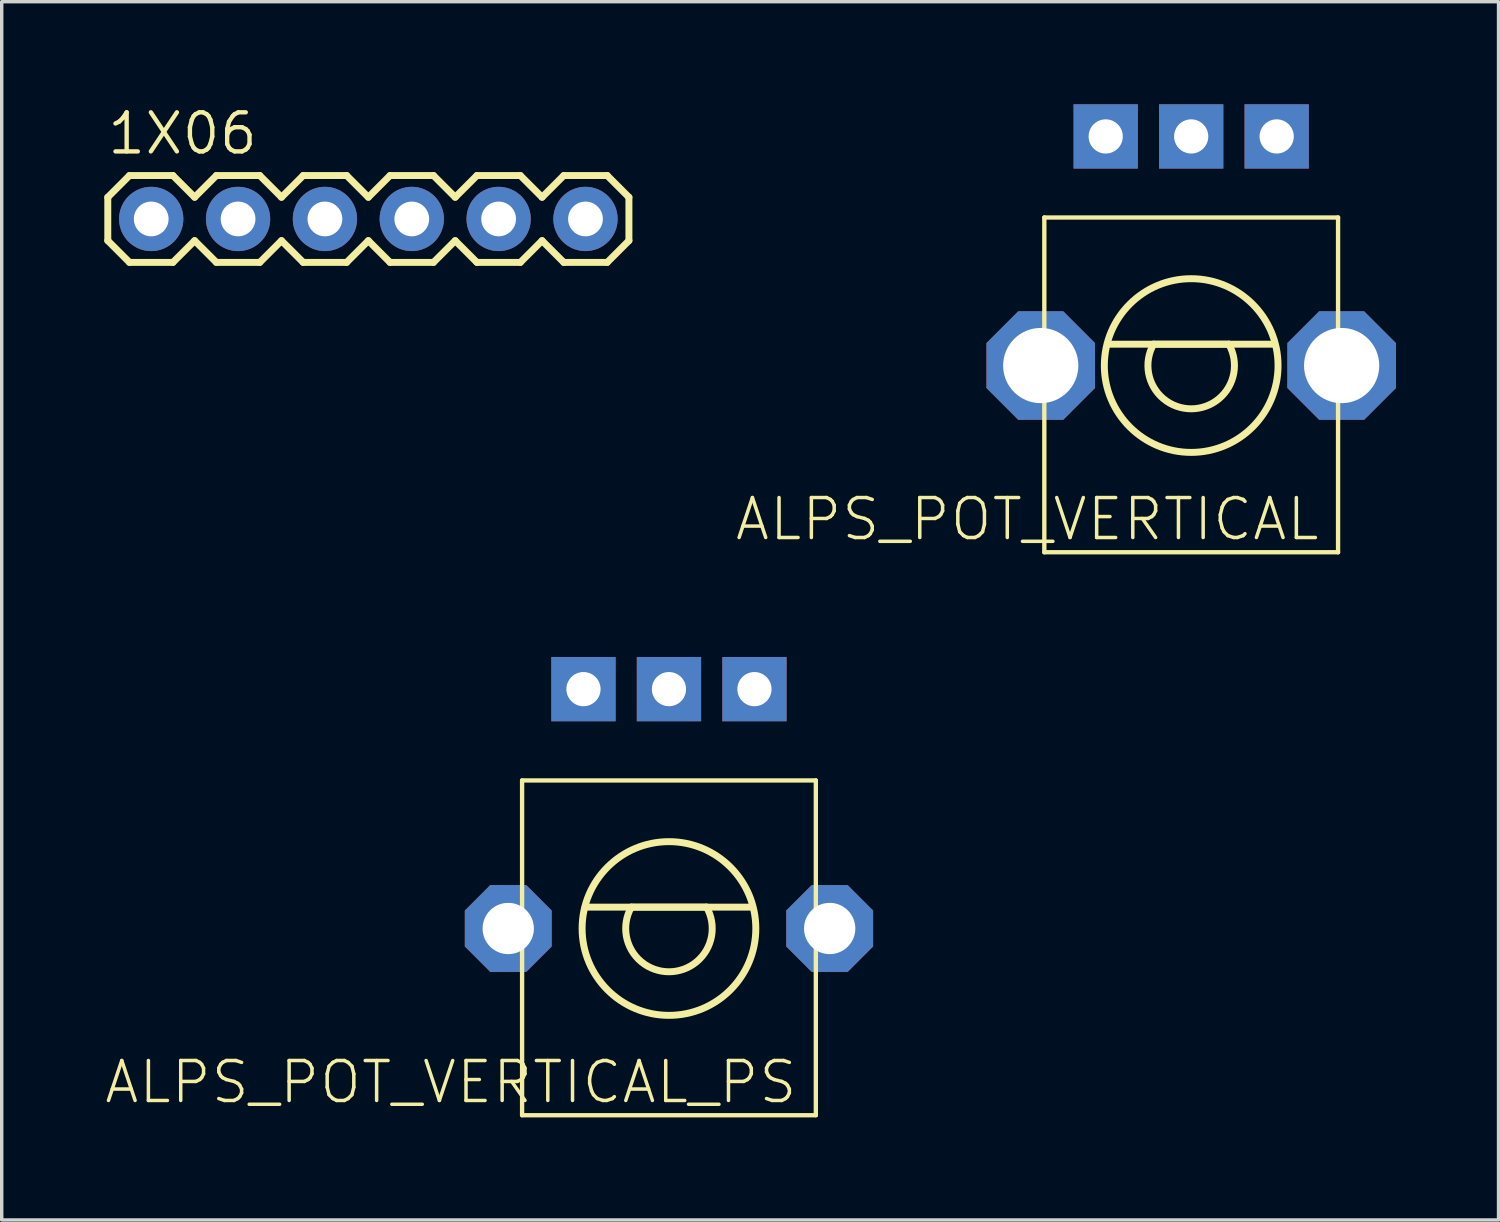
<source format=kicad_pcb>
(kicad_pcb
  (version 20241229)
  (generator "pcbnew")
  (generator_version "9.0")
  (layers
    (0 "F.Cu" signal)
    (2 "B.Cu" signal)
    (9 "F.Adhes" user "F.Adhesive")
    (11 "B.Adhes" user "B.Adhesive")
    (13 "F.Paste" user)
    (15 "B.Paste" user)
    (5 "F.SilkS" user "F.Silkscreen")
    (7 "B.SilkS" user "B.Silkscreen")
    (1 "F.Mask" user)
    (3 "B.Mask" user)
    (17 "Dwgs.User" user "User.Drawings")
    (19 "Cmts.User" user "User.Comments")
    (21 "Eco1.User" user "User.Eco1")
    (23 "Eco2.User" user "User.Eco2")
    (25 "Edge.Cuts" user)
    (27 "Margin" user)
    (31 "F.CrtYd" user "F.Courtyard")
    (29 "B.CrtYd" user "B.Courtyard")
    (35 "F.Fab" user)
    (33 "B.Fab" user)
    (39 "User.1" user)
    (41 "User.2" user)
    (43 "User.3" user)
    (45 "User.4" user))
  (footprint "1X06"
    (layer "F.Cu")
    (at 1.372 3.353)
    (property "Reference" "1X06" (at -1.346 -1.829 0) (layer "F.SilkS") (effects (font (size 1.143 1.143) (thickness 0.127)) (justify left bottom)))
    (fp_line (start -1.27 -0.635) (end -1.27 0.635) (stroke (width 0.203) (type solid)) (layer "F.SilkS"))
    (fp_line (start -1.27 0.635) (end -0.635 1.27) (stroke (width 0.203) (type solid)) (layer "F.SilkS"))
    (fp_line (start -0.635 -1.27) (end -1.27 -0.635) (stroke (width 0.203) (type solid)) (layer "F.SilkS"))
    (fp_line (start -0.635 -1.27) (end 0.635 -1.27) (stroke (width 0.203) (type solid)) (layer "F.SilkS"))
    (fp_line (start 0.635 -1.27) (end 1.27 -0.635) (stroke (width 0.203) (type solid)) (layer "F.SilkS"))
    (fp_line (start 0.635 1.27) (end -0.635 1.27) (stroke (width 0.203) (type solid)) (layer "F.SilkS"))
    (fp_line (start 1.27 -0.635) (end 1.905 -1.27) (stroke (width 0.203) (type solid)) (layer "F.SilkS"))
    (fp_line (start 1.27 0.635) (end 0.635 1.27) (stroke (width 0.203) (type solid)) (layer "F.SilkS"))
    (fp_line (start 1.905 -1.27) (end 3.175 -1.27) (stroke (width 0.203) (type solid)) (layer "F.SilkS"))
    (fp_line (start 1.905 1.27) (end 1.27 0.635) (stroke (width 0.203) (type solid)) (layer "F.SilkS"))
    (fp_line (start 3.175 -1.27) (end 3.81 -0.635) (stroke (width 0.203) (type solid)) (layer "F.SilkS"))
    (fp_line (start 3.175 1.27) (end 1.905 1.27) (stroke (width 0.203) (type solid)) (layer "F.SilkS"))
    (fp_line (start 3.81 -0.635) (end 4.445 -1.27) (stroke (width 0.203) (type solid)) (layer "F.SilkS"))
    (fp_line (start 3.81 0.635) (end 3.175 1.27) (stroke (width 0.203) (type solid)) (layer "F.SilkS"))
    (fp_line (start 4.445 -1.27) (end 5.715 -1.27) (stroke (width 0.203) (type solid)) (layer "F.SilkS"))
    (fp_line (start 4.445 1.27) (end 3.81 0.635) (stroke (width 0.203) (type solid)) (layer "F.SilkS"))
    (fp_line (start 5.715 -1.27) (end 6.35 -0.635) (stroke (width 0.203) (type solid)) (layer "F.SilkS"))
    (fp_line (start 5.715 1.27) (end 4.445 1.27) (stroke (width 0.203) (type solid)) (layer "F.SilkS"))
    (fp_line (start 6.35 0.635) (end 5.715 1.27) (stroke (width 0.203) (type solid)) (layer "F.SilkS"))
    (fp_line (start 6.35 0.635) (end 6.985 1.27) (stroke (width 0.203) (type solid)) (layer "F.SilkS"))
    (fp_line (start 6.985 -1.27) (end 6.35 -0.635) (stroke (width 0.203) (type solid)) (layer "F.SilkS"))
    (fp_line (start 6.985 -1.27) (end 8.255 -1.27) (stroke (width 0.203) (type solid)) (layer "F.SilkS"))
    (fp_line (start 8.255 -1.27) (end 8.89 -0.635) (stroke (width 0.203) (type solid)) (layer "F.SilkS"))
    (fp_line (start 8.255 1.27) (end 6.985 1.27) (stroke (width 0.203) (type solid)) (layer "F.SilkS"))
    (fp_line (start 8.89 -0.635) (end 9.525 -1.27) (stroke (width 0.203) (type solid)) (layer "F.SilkS"))
    (fp_line (start 8.89 0.635) (end 8.255 1.27) (stroke (width 0.203) (type solid)) (layer "F.SilkS"))
    (fp_line (start 9.525 -1.27) (end 10.795 -1.27) (stroke (width 0.203) (type solid)) (layer "F.SilkS"))
    (fp_line (start 9.525 1.27) (end 8.89 0.635) (stroke (width 0.203) (type solid)) (layer "F.SilkS"))
    (fp_line (start 10.795 -1.27) (end 11.43 -0.635) (stroke (width 0.203) (type solid)) (layer "F.SilkS"))
    (fp_line (start 10.795 1.27) (end 9.525 1.27) (stroke (width 0.203) (type solid)) (layer "F.SilkS"))
    (fp_line (start 11.43 -0.635) (end 12.065 -1.27) (stroke (width 0.203) (type solid)) (layer "F.SilkS"))
    (fp_line (start 11.43 0.635) (end 10.795 1.27) (stroke (width 0.203) (type solid)) (layer "F.SilkS"))
    (fp_line (start 12.065 -1.27) (end 13.335 -1.27) (stroke (width 0.203) (type solid)) (layer "F.SilkS"))
    (fp_line (start 12.065 1.27) (end 11.43 0.635) (stroke (width 0.203) (type solid)) (layer "F.SilkS"))
    (fp_line (start 13.335 -1.27) (end 13.97 -0.635) (stroke (width 0.203) (type solid)) (layer "F.SilkS"))
    (fp_line (start 13.335 1.27) (end 12.065 1.27) (stroke (width 0.203) (type solid)) (layer "F.SilkS"))
    (fp_line (start 13.97 -0.635) (end 13.97 0.635) (stroke (width 0.203) (type solid)) (layer "F.SilkS"))
    (fp_line (start 13.97 0.635) (end 13.335 1.27) (stroke (width 0.203) (type solid)) (layer "F.SilkS"))
    (fp_poly (pts (xy -0.254 0.254) (xy 0.254 0.254) (xy 0.254 -0.254) (xy -0.254 -0.254)) (stroke (width 0.1) (type solid)) (fill no) (layer "F.Fab"))
    (fp_poly (pts (xy 2.286 0.254) (xy 2.794 0.254) (xy 2.794 -0.254) (xy 2.286 -0.254)) (stroke (width 0.1) (type solid)) (fill no) (layer "F.Fab"))
    (fp_poly (pts (xy 4.826 0.254) (xy 5.334 0.254) (xy 5.334 -0.254) (xy 4.826 -0.254)) (stroke (width 0.1) (type solid)) (fill no) (layer "F.Fab"))
    (fp_poly (pts (xy 7.366 0.254) (xy 7.874 0.254) (xy 7.874 -0.254) (xy 7.366 -0.254)) (stroke (width 0.1) (type solid)) (fill no) (layer "F.Fab"))
    (fp_poly (pts (xy 9.906 0.254) (xy 10.414 0.254) (xy 10.414 -0.254) (xy 9.906 -0.254)) (stroke (width 0.1) (type solid)) (fill no) (layer "F.Fab"))
    (fp_poly (pts (xy 12.446 0.254) (xy 12.954 0.254) (xy 12.954 -0.254) (xy 12.446 -0.254)) (stroke (width 0.1) (type solid)) (fill no) (layer "F.Fab"))
    (pad "1" thru_hole circle (at 0 0 90) (size 1.88 1.88) (drill 1.016) (layers "*.Cu" "*.Mask"))
    (pad "2" thru_hole circle (at 2.54 0 90) (size 1.88 1.88) (drill 1.016) (layers "*.Cu" "*.Mask"))
    (pad "3" thru_hole circle (at 5.08 0 90) (size 1.88 1.88) (drill 1.016) (layers "*.Cu" "*.Mask"))
    (pad "4" thru_hole circle (at 7.62 0 90) (size 1.88 1.88) (drill 1.016) (layers "*.Cu" "*.Mask"))
    (pad "5" thru_hole circle (at 10.16 0 90) (size 1.88 1.88) (drill 1.016) (layers "*.Cu" "*.Mask"))
    (pad "6" thru_hole circle (at 12.7 0 90) (size 1.88 1.88) (drill 1.016) (layers "*.Cu" "*.Mask")))
  (footprint "ALPS_POT_VERTICAL_PS"
    (layer "F.Cu")
    (at 16.513 24.103)
    (property "Reference" "ALPS_POT_VERTICAL_PS" (at 3.81 3.81 0) (layer "F.SilkS") (effects (font (size 1.168 1.168) (thickness 0.102)) (justify right top)))
    (fp_line (start -4.295 -4.33) (end 4.295 -4.33) (stroke (width 0.127) (type solid)) (layer "F.SilkS"))
    (fp_line (start -4.295 5.46) (end -4.295 -4.33) (stroke (width 0.127) (type solid)) (layer "F.SilkS"))
    (fp_line (start -2.45 -0.625) (end 2.425 -0.625) (stroke (width 0.203) (type solid)) (layer "F.SilkS"))
    (fp_line (start -1.1 -0.625) (end 1.1 -0.625) (stroke (width 0.203) (type solid)) (layer "F.SilkS"))
    (fp_line (start 4.295 -4.33) (end 4.295 5.46) (stroke (width 0.127) (type solid)) (layer "F.SilkS"))
    (fp_line (start 4.295 5.46) (end -4.295 5.46) (stroke (width 0.127) (type solid)) (layer "F.SilkS"))
    (fp_arc (start 1.1 -0.625) (mid 0 1.265158) (end -1.1 -0.625) (stroke (width 0.2032) (type solid)) (layer "F.SilkS"))
    (fp_circle (center 0 0) (end 2.54 0) (stroke (width 0.203) (type solid)) (fill no) (layer "F.SilkS"))
    (pad "P$1" thru_hole rect (at -2.5 -7 270) (size 1.88 1.88) (drill 1) (layers "*.Cu" "*.Mask"))
    (pad "P$2" thru_hole rect (at 0 -7 270) (size 1.88 1.88) (drill 1) (layers "*.Cu" "*.Mask"))
    (pad "P$3" thru_hole rect (at 2.5 -7 270) (size 1.88 1.88) (drill 1) (layers "*.Cu" "*.Mask"))
    (pad "P$4" thru_hole roundrect (at -4.7 0 270) (size 2.54 2.54) (drill 1.5) (layers "*.Cu" "*.Mask") (roundrect_rratio 0.25) (chamfer_ratio 0.293) (chamfer top_left top_right bottom_left bottom_right))
    (pad "P$5" thru_hole roundrect (at 4.7 0 270) (size 2.54 2.54) (drill 1.5) (layers "*.Cu" "*.Mask") (roundrect_rratio 0.25) (chamfer_ratio 0.293) (chamfer top_left top_right bottom_left bottom_right)))
  (footprint "ALPS_POT_VERTICAL"
    (layer "F.Cu")
    (at 31.785 7.64)
    (property "Reference" "ALPS_POT_VERTICAL" (at 3.81 3.81 0) (layer "F.SilkS") (effects (font (size 1.168 1.168) (thickness 0.102)) (justify right top)))
    (fp_line (start -4.295 -4.33) (end 4.295 -4.33) (stroke (width 0.127) (type solid)) (layer "F.SilkS"))
    (fp_line (start -4.295 5.46) (end -4.295 -4.33) (stroke (width 0.127) (type solid)) (layer "F.SilkS"))
    (fp_line (start -2.45 -0.625) (end 2.425 -0.625) (stroke (width 0.203) (type solid)) (layer "F.SilkS"))
    (fp_line (start -1.1 -0.625) (end 1.1 -0.625) (stroke (width 0.203) (type solid)) (layer "F.SilkS"))
    (fp_line (start 4.295 -4.33) (end 4.295 5.46) (stroke (width 0.127) (type solid)) (layer "F.SilkS"))
    (fp_line (start 4.295 5.46) (end -4.295 5.46) (stroke (width 0.127) (type solid)) (layer "F.SilkS"))
    (fp_arc (start 1.1 -0.625) (mid 0 1.265158) (end -1.1 -0.625) (stroke (width 0.2032) (type solid)) (layer "F.SilkS"))
    (fp_circle (center 0 0) (end 2.54 0) (stroke (width 0.203) (type solid)) (fill no) (layer "F.SilkS"))
    (pad "P$1" thru_hole rect (at -2.5 -6.7 270) (size 1.88 1.88) (drill 1) (layers "*.Cu" "*.Mask"))
    (pad "P$2" thru_hole rect (at 0 -6.7 270) (size 1.88 1.88) (drill 1) (layers "*.Cu" "*.Mask"))
    (pad "P$3" thru_hole rect (at 2.5 -6.7 270) (size 1.88 1.88) (drill 1) (layers "*.Cu" "*.Mask"))
    (pad "P$4" thru_hole roundrect (at -4.4 0 270) (size 3.175 3.175) (drill 2.2) (layers "*.Cu" "*.Mask") (roundrect_rratio 0.25) (chamfer_ratio 0.293) (chamfer top_left top_right bottom_left bottom_right))
    (pad "P$5" thru_hole roundrect (at 4.4 0 270) (size 3.175 3.175) (drill 2.2) (layers "*.Cu" "*.Mask") (roundrect_rratio 0.25) (chamfer_ratio 0.293) (chamfer top_left top_right bottom_left bottom_right)))
  (gr_rect
    (start -3 -3)
    (end 40.773 32.627)
    (stroke (width 0.1) (type default))
    (fill no)
    (layer "Edge.Cuts")))
</source>
